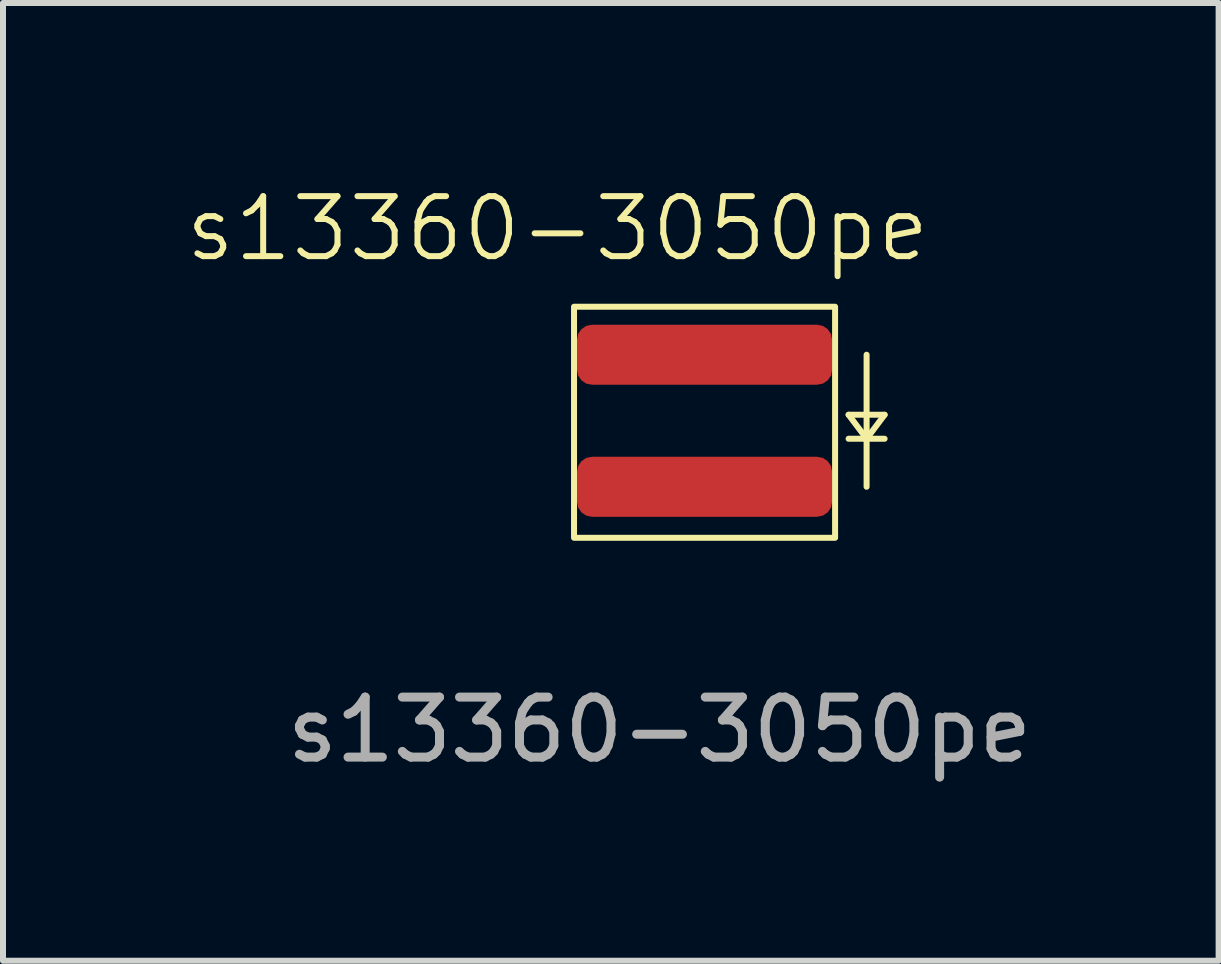
<source format=kicad_pcb>
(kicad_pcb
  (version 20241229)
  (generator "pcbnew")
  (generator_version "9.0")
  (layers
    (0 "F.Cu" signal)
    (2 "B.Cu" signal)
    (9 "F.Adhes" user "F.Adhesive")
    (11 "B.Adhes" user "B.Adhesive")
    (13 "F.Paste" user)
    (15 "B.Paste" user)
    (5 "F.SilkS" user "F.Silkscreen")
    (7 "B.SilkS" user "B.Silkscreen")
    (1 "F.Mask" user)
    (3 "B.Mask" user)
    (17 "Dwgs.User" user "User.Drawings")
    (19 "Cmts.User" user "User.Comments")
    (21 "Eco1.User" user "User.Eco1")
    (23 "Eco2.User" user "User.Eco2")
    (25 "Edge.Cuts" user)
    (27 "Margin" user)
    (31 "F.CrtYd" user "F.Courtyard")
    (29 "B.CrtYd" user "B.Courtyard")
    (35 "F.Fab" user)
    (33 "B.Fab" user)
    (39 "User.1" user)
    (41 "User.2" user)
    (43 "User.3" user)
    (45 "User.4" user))
  (footprint "s13360-3050pe"
    (layer "F.Cu")
    (at 8.69 2.861)
    (property "Reference" "s13360-3050pe" (at -2.45 -2.1 0) (unlocked yes) (layer "F.SilkS") (effects (font (size 1 1) (thickness 0.1))))
    (attr smd)
    (fp_line (start 2.4 1) (end 3 1) (stroke (width 0.1) (type default)) (layer "F.SilkS"))
    (fp_line (start 2.4 1.4) (end 3 1.4) (stroke (width 0.1) (type default)) (layer "F.SilkS"))
    (fp_line (start 2.7 0) (end 2.7 2.2) (stroke (width 0.1) (type default)) (layer "F.SilkS"))
    (fp_line (start 2.7 1.4) (end 2.4 1) (stroke (width 0.1) (type default)) (layer "F.SilkS"))
    (fp_line (start 3 1) (end 2.7 1.4) (stroke (width 0.1) (type default)) (layer "F.SilkS"))
    (fp_rect (start -2.175 -0.8) (end 2.175 3.05) (stroke (width 0.1) (type default)) (fill no) (layer "F.SilkS"))
    (fp_rect (start -1.25 -0.35) (end 1.75 2.55) (stroke (width 0.1) (type solid)) (fill no) (layer "Eco1.User"))
    (fp_text user "${REFERENCE}" (at -0.75 6.25 0) (unlocked yes) (layer "F.Fab") (effects (font (size 1 1) (thickness 0.15))))
    (pad "1" smd roundrect (at 0 0) (size 4.25 1) (layers "F.Cu" "F.Mask" "F.Paste") (roundrect_rratio 0.25))
    (pad "2" smd roundrect (at 0 2.2) (size 4.25 1) (layers "F.Cu" "F.Mask" "F.Paste") (roundrect_rratio 0.25)))
  (gr_rect
    (start -3 -3)
    (end 17.256 12.959)
    (stroke (width 0.1) (type default))
    (fill no)
    (layer "Edge.Cuts")))
</source>
